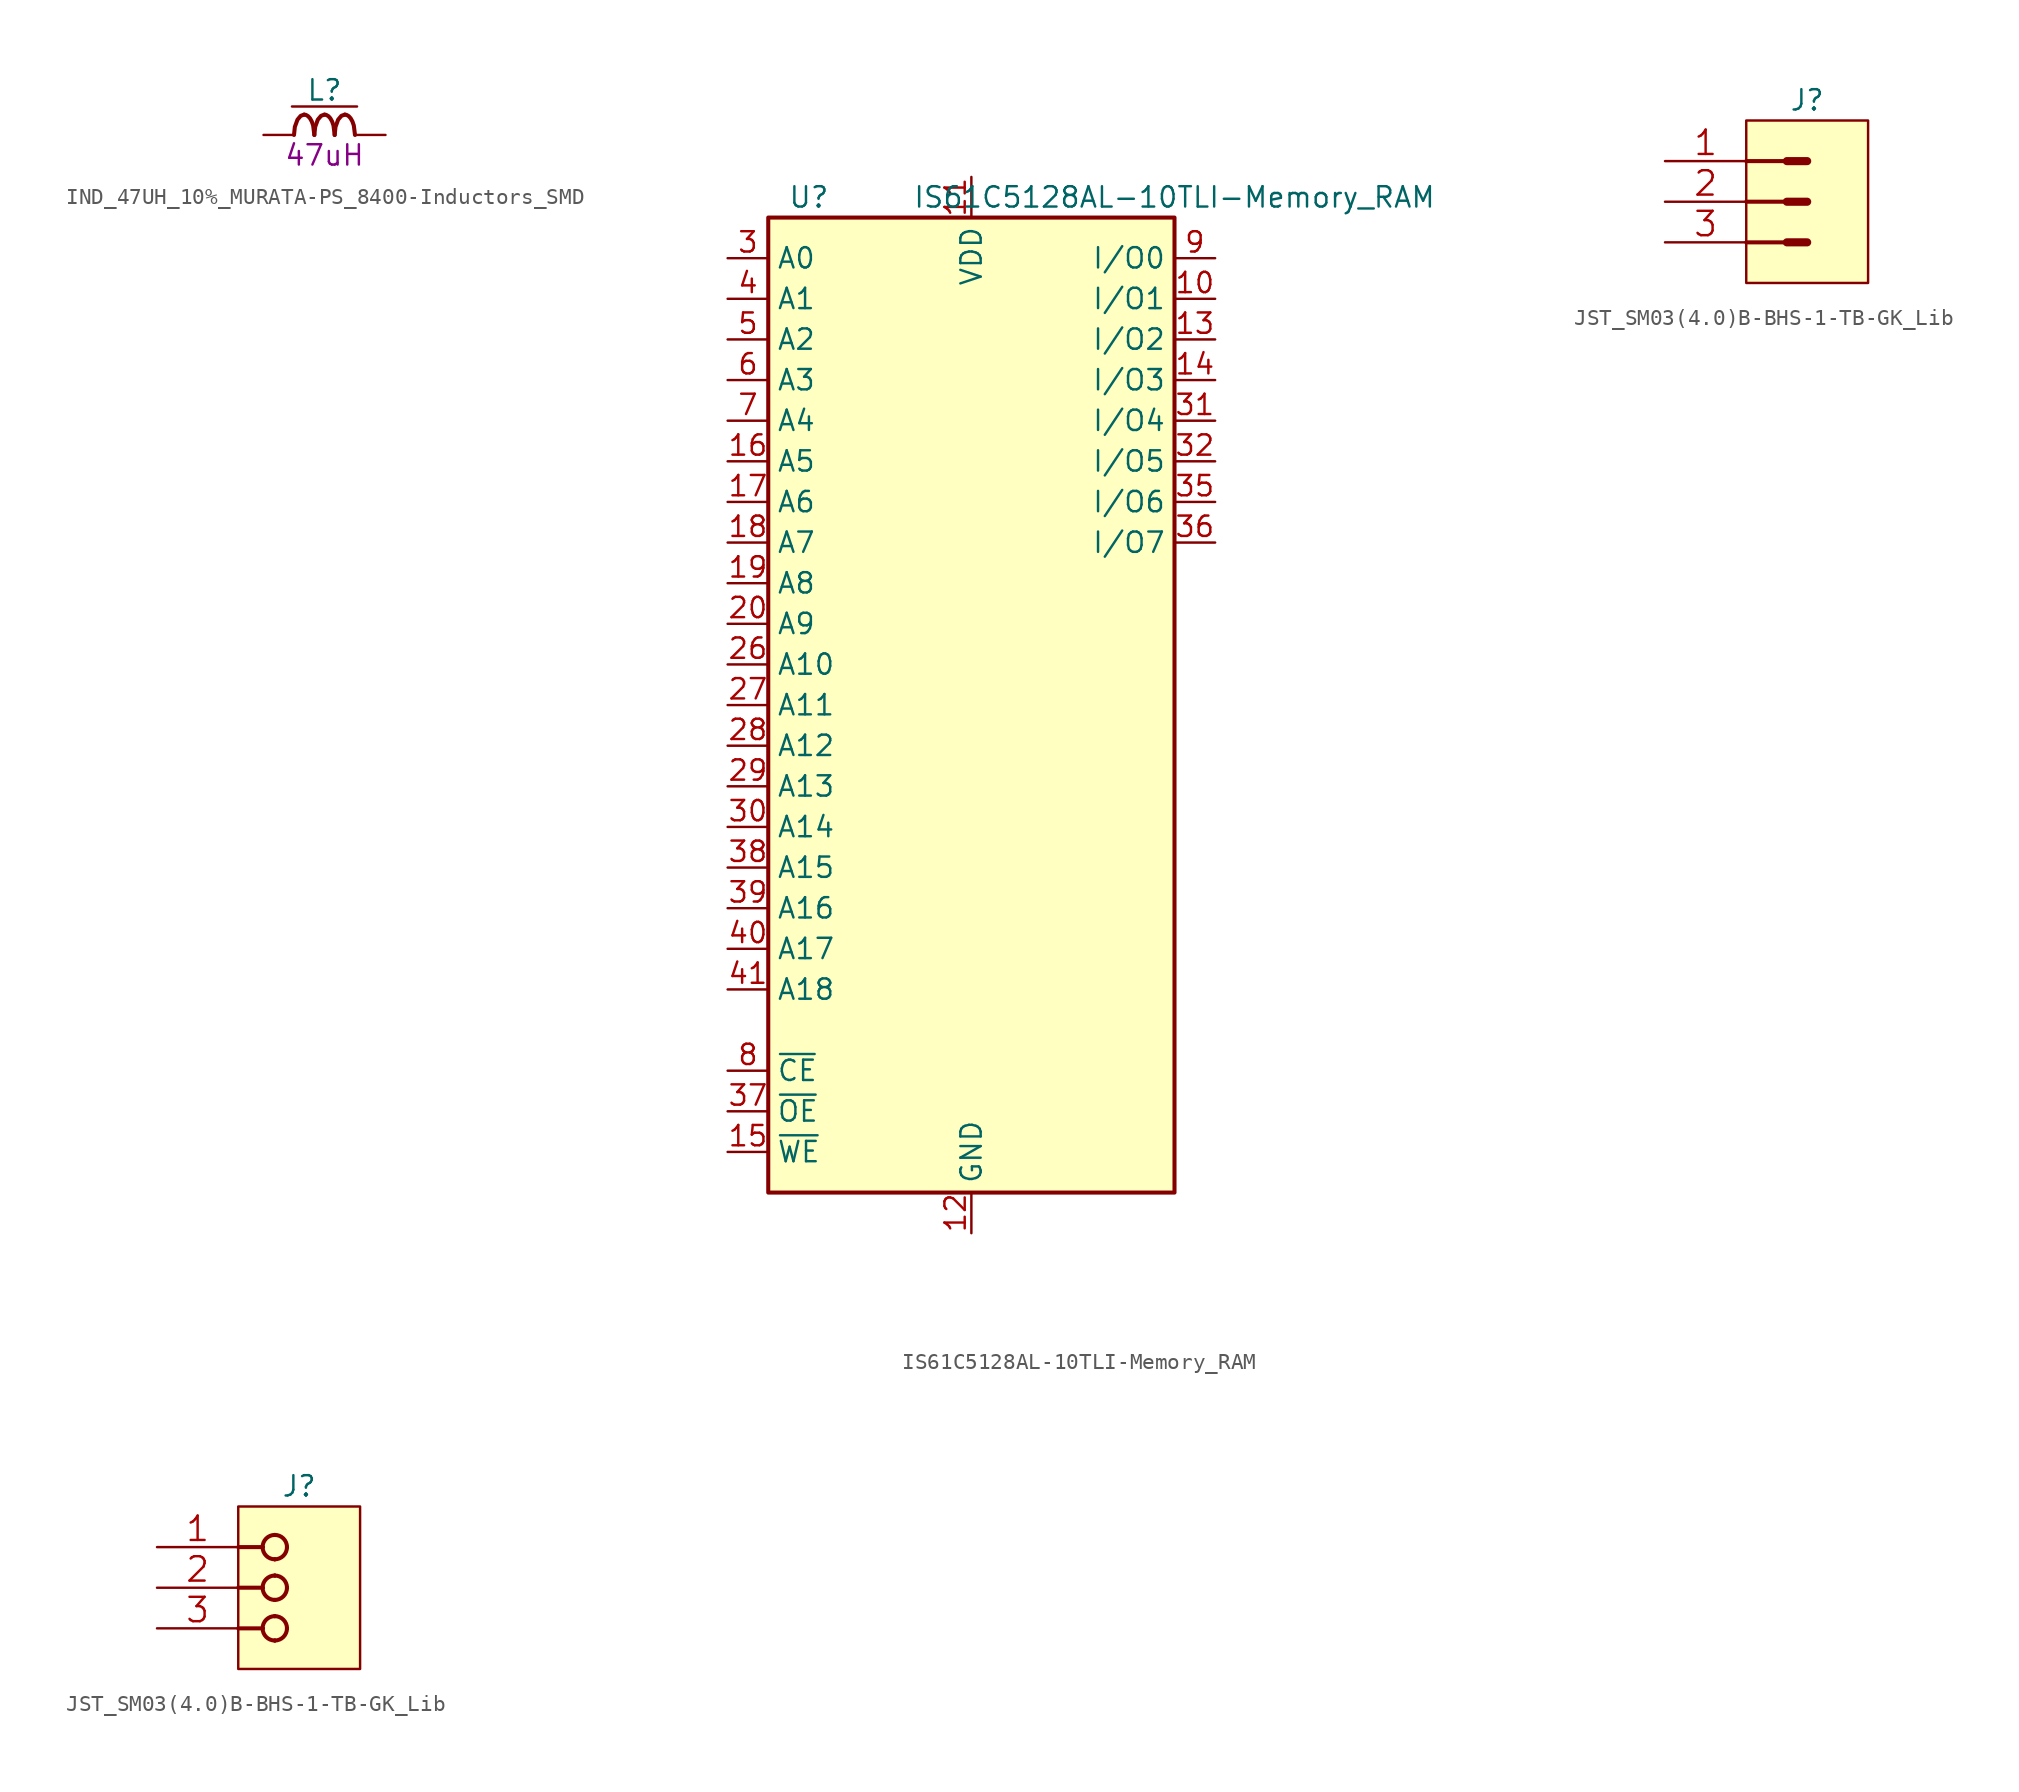
<source format=kicad_sym>
(kicad_symbol_lib
  (version 20200126)
  (host kicad_symbol_editor "(5.99.0-2809-gaceed2b0a4)")
  (symbol "LCD_Board-rescue:IND_47UH_10%_MURATA-PS_8400-Inductors_SMD"
    (pin_names
      (offset 1.27))
    (property "Reference" "L"
      (at 3.81 2.794 0)
      (effects (font (size 1.27 1.27))))
    (property "Val" "47uH"
      (at 3.81 -1.27 0)
      (effects (font (size 1.27 1.27))))
    (property "ki_locked" ""
      (at 0 0 0)
      (effects (font (size 1.27 1.27))))
    (symbol "IND_47UH_10%_MURATA-PS_8400-Inductors_SMD_0_1"
      (polyline (pts (xy 1.778 1.778) (xy 5.842 1.778)) (stroke (width 0)) (fill (type none)))
      (bezier (pts (xy 2.54 1.27) (xy 2.184 1.27) (xy 1.905 0.686) (xy 1.905 0)) (stroke (width 0.254)) (fill (type none)))
      (bezier (pts (xy 3.175 0) (xy 3.175 0.686) (xy 2.896 1.27) (xy 2.54 1.27)) (stroke (width 0.254)) (fill (type none)))
      (bezier (pts (xy 3.81 1.27) (xy 3.454 1.27) (xy 3.175 0.686) (xy 3.175 0)) (stroke (width 0.254)) (fill (type none)))
      (bezier (pts (xy 4.445 0) (xy 4.445 0.686) (xy 4.166 1.27) (xy 3.81 1.27)) (stroke (width 0.254)) (fill (type none)))
      (bezier (pts (xy 5.08 1.27) (xy 4.724 1.27) (xy 4.445 0.686) (xy 4.445 0)) (stroke (width 0.254)) (fill (type none)))
      (bezier (pts (xy 5.715 0) (xy 5.715 0.686) (xy 5.436 1.27) (xy 5.08 1.27)) (stroke (width 0.254)) (fill (type none)))
      (pin passive line (at 0 0 0) (length 1.905) (name "1" (effects (font (size 0 0)))) (number "1" (effects (font (size 0 0)))))
      (pin passive line (at 7.62 0 180) (length 1.905) (name "2" (effects (font (size 0 0)))) (number "2" (effects (font (size 0 0)))))))
  (symbol "LCD_Board-rescue:IS61C5128AL-10TLI-Memory_RAM"
    (pin_names
      (offset 0.508))
    (property "Reference" "U"
      (at -10.16 31.75 0)
      (effects (font (size 1.27 1.27))))
    (property "Value" "IS61C5128AL-10TLI-Memory_RAM"
      (at 12.7 31.75 0)
      (effects (font (size 1.27 1.27))))
    (symbol "IS61C5128AL-10TLI-Memory_RAM_0_1"
      (rectangle (start -12.7 30.48) (end 12.7 -30.48) (stroke (width 0.254)) (fill (type background))))
    (symbol "IS61C5128AL-10TLI-Memory_RAM_1_1"
      (pin unconnected line (at 12.7 -27.94 180) (length 2.54) hide (name "NC" (effects (font (size 1.27 1.27)))) (number "1" (effects (font (size 1.27 1.27)))))
      (pin bidirectional line (at 15.24 25.4 180) (length 2.54) (name "I/O1" (effects (font (size 1.27 1.27)))) (number "10" (effects (font (size 1.27 1.27)))))
      (pin power_in line (at 0 33.02 270) (length 2.54) (name "VDD" (effects (font (size 1.27 1.27)))) (number "11" (effects (font (size 1.27 1.27)))))
      (pin power_in line (at 0 -33.02 90) (length 2.54) (name "GND" (effects (font (size 1.27 1.27)))) (number "12" (effects (font (size 1.27 1.27)))))
      (pin bidirectional line (at 15.24 22.86 180) (length 2.54) (name "I/O2" (effects (font (size 1.27 1.27)))) (number "13" (effects (font (size 1.27 1.27)))))
      (pin bidirectional line (at 15.24 20.32 180) (length 2.54) (name "I/O3" (effects (font (size 1.27 1.27)))) (number "14" (effects (font (size 1.27 1.27)))))
      (pin input line (at -15.24 -27.94 0) (length 2.54) (name "~WE" (effects (font (size 1.27 1.27)))) (number "15" (effects (font (size 1.27 1.27)))))
      (pin input line (at -15.24 15.24 0) (length 2.54) (name "A5" (effects (font (size 1.27 1.27)))) (number "16" (effects (font (size 1.27 1.27)))))
      (pin input line (at -15.24 12.7 0) (length 2.54) (name "A6" (effects (font (size 1.27 1.27)))) (number "17" (effects (font (size 1.27 1.27)))))
      (pin input line (at -15.24 10.16 0) (length 2.54) (name "A7" (effects (font (size 1.27 1.27)))) (number "18" (effects (font (size 1.27 1.27)))))
      (pin input line (at -15.24 7.62 0) (length 2.54) (name "A8" (effects (font (size 1.27 1.27)))) (number "19" (effects (font (size 1.27 1.27)))))
      (pin unconnected line (at 12.7 -25.4 180) (length 2.54) hide (name "NC" (effects (font (size 1.27 1.27)))) (number "2" (effects (font (size 1.27 1.27)))))
      (pin input line (at -15.24 5.08 0) (length 2.54) (name "A9" (effects (font (size 1.27 1.27)))) (number "20" (effects (font (size 1.27 1.27)))))
      (pin unconnected line (at 12.7 -22.86 180) (length 2.54) hide (name "NC" (effects (font (size 1.27 1.27)))) (number "21" (effects (font (size 1.27 1.27)))))
      (pin unconnected line (at 12.7 -20.32 180) (length 2.54) hide (name "NC" (effects (font (size 1.27 1.27)))) (number "22" (effects (font (size 1.27 1.27)))))
      (pin unconnected line (at 12.7 -17.78 180) (length 2.54) hide (name "NC" (effects (font (size 1.27 1.27)))) (number "23" (effects (font (size 1.27 1.27)))))
      (pin unconnected line (at 12.7 -15.24 180) (length 2.54) hide (name "NC" (effects (font (size 1.27 1.27)))) (number "24" (effects (font (size 1.27 1.27)))))
      (pin unconnected line (at 12.7 -12.7 180) (length 2.54) hide (name "NC" (effects (font (size 1.27 1.27)))) (number "25" (effects (font (size 1.27 1.27)))))
      (pin input line (at -15.24 2.54 0) (length 2.54) (name "A10" (effects (font (size 1.27 1.27)))) (number "26" (effects (font (size 1.27 1.27)))))
      (pin input line (at -15.24 0 0) (length 2.54) (name "A11" (effects (font (size 1.27 1.27)))) (number "27" (effects (font (size 1.27 1.27)))))
      (pin input line (at -15.24 -2.54 0) (length 2.54) (name "A12" (effects (font (size 1.27 1.27)))) (number "28" (effects (font (size 1.27 1.27)))))
      (pin input line (at -15.24 -5.08 0) (length 2.54) (name "A13" (effects (font (size 1.27 1.27)))) (number "29" (effects (font (size 1.27 1.27)))))
      (pin input line (at -15.24 27.94 0) (length 2.54) (name "A0" (effects (font (size 1.27 1.27)))) (number "3" (effects (font (size 1.27 1.27)))))
      (pin input line (at -15.24 -7.62 0) (length 2.54) (name "A14" (effects (font (size 1.27 1.27)))) (number "30" (effects (font (size 1.27 1.27)))))
      (pin bidirectional line (at 15.24 17.78 180) (length 2.54) (name "I/O4" (effects (font (size 1.27 1.27)))) (number "31" (effects (font (size 1.27 1.27)))))
      (pin bidirectional line (at 15.24 15.24 180) (length 2.54) (name "I/O5" (effects (font (size 1.27 1.27)))) (number "32" (effects (font (size 1.27 1.27)))))
      (pin passive line (at 0 33.02 270) (length 2.54) hide (name "VDD" (effects (font (size 1.27 1.27)))) (number "33" (effects (font (size 1.27 1.27)))))
      (pin passive line (at 0 -33.02 90) (length 2.54) hide (name "GND" (effects (font (size 1.27 1.27)))) (number "34" (effects (font (size 1.27 1.27)))))
      (pin bidirectional line (at 15.24 12.7 180) (length 2.54) (name "I/O6" (effects (font (size 1.27 1.27)))) (number "35" (effects (font (size 1.27 1.27)))))
      (pin bidirectional line (at 15.24 10.16 180) (length 2.54) (name "I/O7" (effects (font (size 1.27 1.27)))) (number "36" (effects (font (size 1.27 1.27)))))
      (pin input line (at -15.24 -25.4 0) (length 2.54) (name "~OE" (effects (font (size 1.27 1.27)))) (number "37" (effects (font (size 1.27 1.27)))))
      (pin input line (at -15.24 -10.16 0) (length 2.54) (name "A15" (effects (font (size 1.27 1.27)))) (number "38" (effects (font (size 1.27 1.27)))))
      (pin input line (at -15.24 -12.7 0) (length 2.54) (name "A16" (effects (font (size 1.27 1.27)))) (number "39" (effects (font (size 1.27 1.27)))))
      (pin input line (at -15.24 25.4 0) (length 2.54) (name "A1" (effects (font (size 1.27 1.27)))) (number "4" (effects (font (size 1.27 1.27)))))
      (pin input line (at -15.24 -15.24 0) (length 2.54) (name "A17" (effects (font (size 1.27 1.27)))) (number "40" (effects (font (size 1.27 1.27)))))
      (pin input line (at -15.24 -17.78 0) (length 2.54) (name "A18" (effects (font (size 1.27 1.27)))) (number "41" (effects (font (size 1.27 1.27)))))
      (pin unconnected line (at 12.7 -10.16 180) (length 2.54) hide (name "NC" (effects (font (size 1.27 1.27)))) (number "42" (effects (font (size 1.27 1.27)))))
      (pin unconnected line (at 12.7 -7.62 180) (length 2.54) hide (name "NC" (effects (font (size 1.27 1.27)))) (number "43" (effects (font (size 1.27 1.27)))))
      (pin unconnected line (at 12.7 -5.08 180) (length 2.54) hide (name "NC" (effects (font (size 1.27 1.27)))) (number "44" (effects (font (size 1.27 1.27)))))
      (pin input line (at -15.24 22.86 0) (length 2.54) (name "A2" (effects (font (size 1.27 1.27)))) (number "5" (effects (font (size 1.27 1.27)))))
      (pin input line (at -15.24 20.32 0) (length 2.54) (name "A3" (effects (font (size 1.27 1.27)))) (number "6" (effects (font (size 1.27 1.27)))))
      (pin input line (at -15.24 17.78 0) (length 2.54) (name "A4" (effects (font (size 1.27 1.27)))) (number "7" (effects (font (size 1.27 1.27)))))
      (pin input line (at -15.24 -22.86 0) (length 2.54) (name "~CE" (effects (font (size 1.27 1.27)))) (number "8" (effects (font (size 1.27 1.27)))))
      (pin bidirectional line (at 15.24 27.94 180) (length 2.54) (name "I/O0" (effects (font (size 1.27 1.27)))) (number "9" (effects (font (size 1.27 1.27)))))))
  (symbol "LCD_Board-rescue:JST_SM03(4.0)B-BHS-1-TB-GK_Lib"
    (pin_names
      (offset 1.27))
    (property "Reference" "J"
      (at 3.81 1.27 0)
      (effects (font (size 1.27 1.27))))
    (symbol "JST_SM03(4.0)B-BHS-1-TB-GK_Lib_0_2"
      (arc (start 2.286 -6.858) (end 3.048 -7.62) (radius (at 2.286 -7.62) (length 0.762) (angles 90 0)) (stroke (width 0.254)) (fill (type none)))
      (arc (start 2.286 -6.858) (end 1.524 -7.62) (radius (at 2.286 -7.62) (length 0.762) (angles 90 180)) (stroke (width 0.254)) (fill (type none)))
      (arc (start 2.286 -8.382) (end 3.048 -7.62) (radius (at 2.286 -7.62) (length 0.762) (angles -90 0)) (stroke (width 0.254)) (fill (type none)))
      (arc (start 2.286 -8.382) (end 1.524 -7.62) (radius (at 2.286 -7.62) (length 0.762) (angles -90 180)) (stroke (width 0.254)) (fill (type none)))
      (arc (start 2.286 -4.318) (end 3.048 -5.08) (radius (at 2.286 -5.08) (length 0.762) (angles 90 0)) (stroke (width 0.254)) (fill (type none)))
      (arc (start 2.286 -4.318) (end 1.524 -5.08) (radius (at 2.286 -5.08) (length 0.762) (angles 90 180)) (stroke (width 0.254)) (fill (type none)))
      (arc (start 2.286 -5.842) (end 3.048 -5.08) (radius (at 2.286 -5.08) (length 0.762) (angles -90 0)) (stroke (width 0.254)) (fill (type none)))
      (arc (start 2.286 -5.842) (end 1.524 -5.08) (radius (at 2.286 -5.08) (length 0.762) (angles -90 180)) (stroke (width 0.254)) (fill (type none)))
      (arc (start 2.286 -1.778) (end 3.048 -2.54) (radius (at 2.286 -2.54) (length 0.762) (angles 90 0)) (stroke (width 0.254)) (fill (type none)))
      (arc (start 2.286 -1.778) (end 1.524 -2.54) (radius (at 2.286 -2.54) (length 0.762) (angles 90 180)) (stroke (width 0.254)) (fill (type none)))
      (arc (start 2.286 -3.302) (end 3.048 -2.54) (radius (at 2.286 -2.54) (length 0.762) (angles -90 0)) (stroke (width 0.254)) (fill (type none)))
      (arc (start 2.286 -3.302) (end 1.524 -2.54) (radius (at 2.286 -2.54) (length 0.762) (angles -90 180)) (stroke (width 0.254)) (fill (type none)))
      (rectangle (start 0 -10.16) (end 7.62 0) (stroke (width 0)) (fill (type background)))
      (polyline (pts (xy 0 -7.62) (xy 1.524 -7.62)) (stroke (width 0.254)) (fill (type none)))
      (polyline (pts (xy 0 -5.08) (xy 1.524 -5.08)) (stroke (width 0.254)) (fill (type none)))
      (polyline (pts (xy 0 -2.54) (xy 1.524 -2.54)) (stroke (width 0.254)) (fill (type none)))
      (polyline (pts (xy 1.524 -7.62) (xy 1.524 -7.62)) (stroke (width 0.254)) (fill (type none)))
      (polyline (pts (xy 1.524 -5.08) (xy 1.524 -5.08)) (stroke (width 0.254)) (fill (type none)))
      (polyline (pts (xy 1.524 -2.54) (xy 1.524 -2.54)) (stroke (width 0.254)) (fill (type none)))
      (polyline (pts (xy 2.286 -8.382) (xy 2.286 -8.382)) (stroke (width 0.254)) (fill (type none)))
      (polyline (pts (xy 2.286 -6.858) (xy 2.286 -6.858)) (stroke (width 0.254)) (fill (type none)))
      (polyline (pts (xy 2.286 -5.842) (xy 2.286 -5.842)) (stroke (width 0.254)) (fill (type none)))
      (polyline (pts (xy 2.286 -4.318) (xy 2.286 -4.318)) (stroke (width 0.254)) (fill (type none)))
      (polyline (pts (xy 2.286 -3.302) (xy 2.286 -3.302)) (stroke (width 0.254)) (fill (type none)))
      (polyline (pts (xy 2.286 -1.778) (xy 2.286 -1.778)) (stroke (width 0.254)) (fill (type none)))
      (polyline (pts (xy 3.048 -7.62) (xy 3.048 -7.62)) (stroke (width 0.254)) (fill (type none)))
      (polyline (pts (xy 3.048 -5.08) (xy 3.048 -5.08)) (stroke (width 0.254)) (fill (type none)))
      (polyline (pts (xy 3.048 -2.54) (xy 3.048 -2.54)) (stroke (width 0.254)) (fill (type none)))
      (pin bidirectional line (at -5.08 -2.54 0) (length 5.08) (name "1" (effects (font (size 0 0)))) (number "1" (effects (font (size 1.524 1.524)))))
      (pin bidirectional line (at -5.08 -5.08 0) (length 5.08) (name "2" (effects (font (size 0 0)))) (number "2" (effects (font (size 1.524 1.524)))))
      (pin bidirectional line (at -5.08 -7.62 0) (length 5.08) (name "3" (effects (font (size 0 0)))) (number "3" (effects (font (size 1.524 1.524))))))
    (symbol "JST_SM03(4.0)B-BHS-1-TB-GK_Lib_0_1"
      (rectangle (start 0 -10.16) (end 7.62 0) (stroke (width 0)) (fill (type background)))
      (polyline (pts (xy 0 -7.62) (xy 2.54 -7.62)) (stroke (width 0.254)) (fill (type none)))
      (polyline (pts (xy 0 -5.08) (xy 2.54 -5.08)) (stroke (width 0.254)) (fill (type none)))
      (polyline (pts (xy 0 -2.54) (xy 2.54 -2.54)) (stroke (width 0.254)) (fill (type none)))
      (polyline (pts (xy 3.81 -7.62) (xy 2.54 -7.62)) (stroke (width 0.508)) (fill (type none)))
      (polyline (pts (xy 3.81 -5.08) (xy 2.54 -5.08)) (stroke (width 0.508)) (fill (type none)))
      (polyline (pts (xy 3.81 -2.54) (xy 2.54 -2.54)) (stroke (width 0.508)) (fill (type none)))
      (pin passive line (at -5.08 -2.54 0) (length 5.08) (name "1" (effects (font (size 0 0)))) (number "1" (effects (font (size 1.524 1.524)))))
      (pin passive line (at -5.08 -5.08 0) (length 5.08) (name "2" (effects (font (size 0 0)))) (number "2" (effects (font (size 1.524 1.524)))))
      (pin passive line (at -5.08 -7.62 0) (length 5.08) (name "3" (effects (font (size 0 0)))) (number "3" (effects (font (size 1.524 1.524))))))))
</source>
